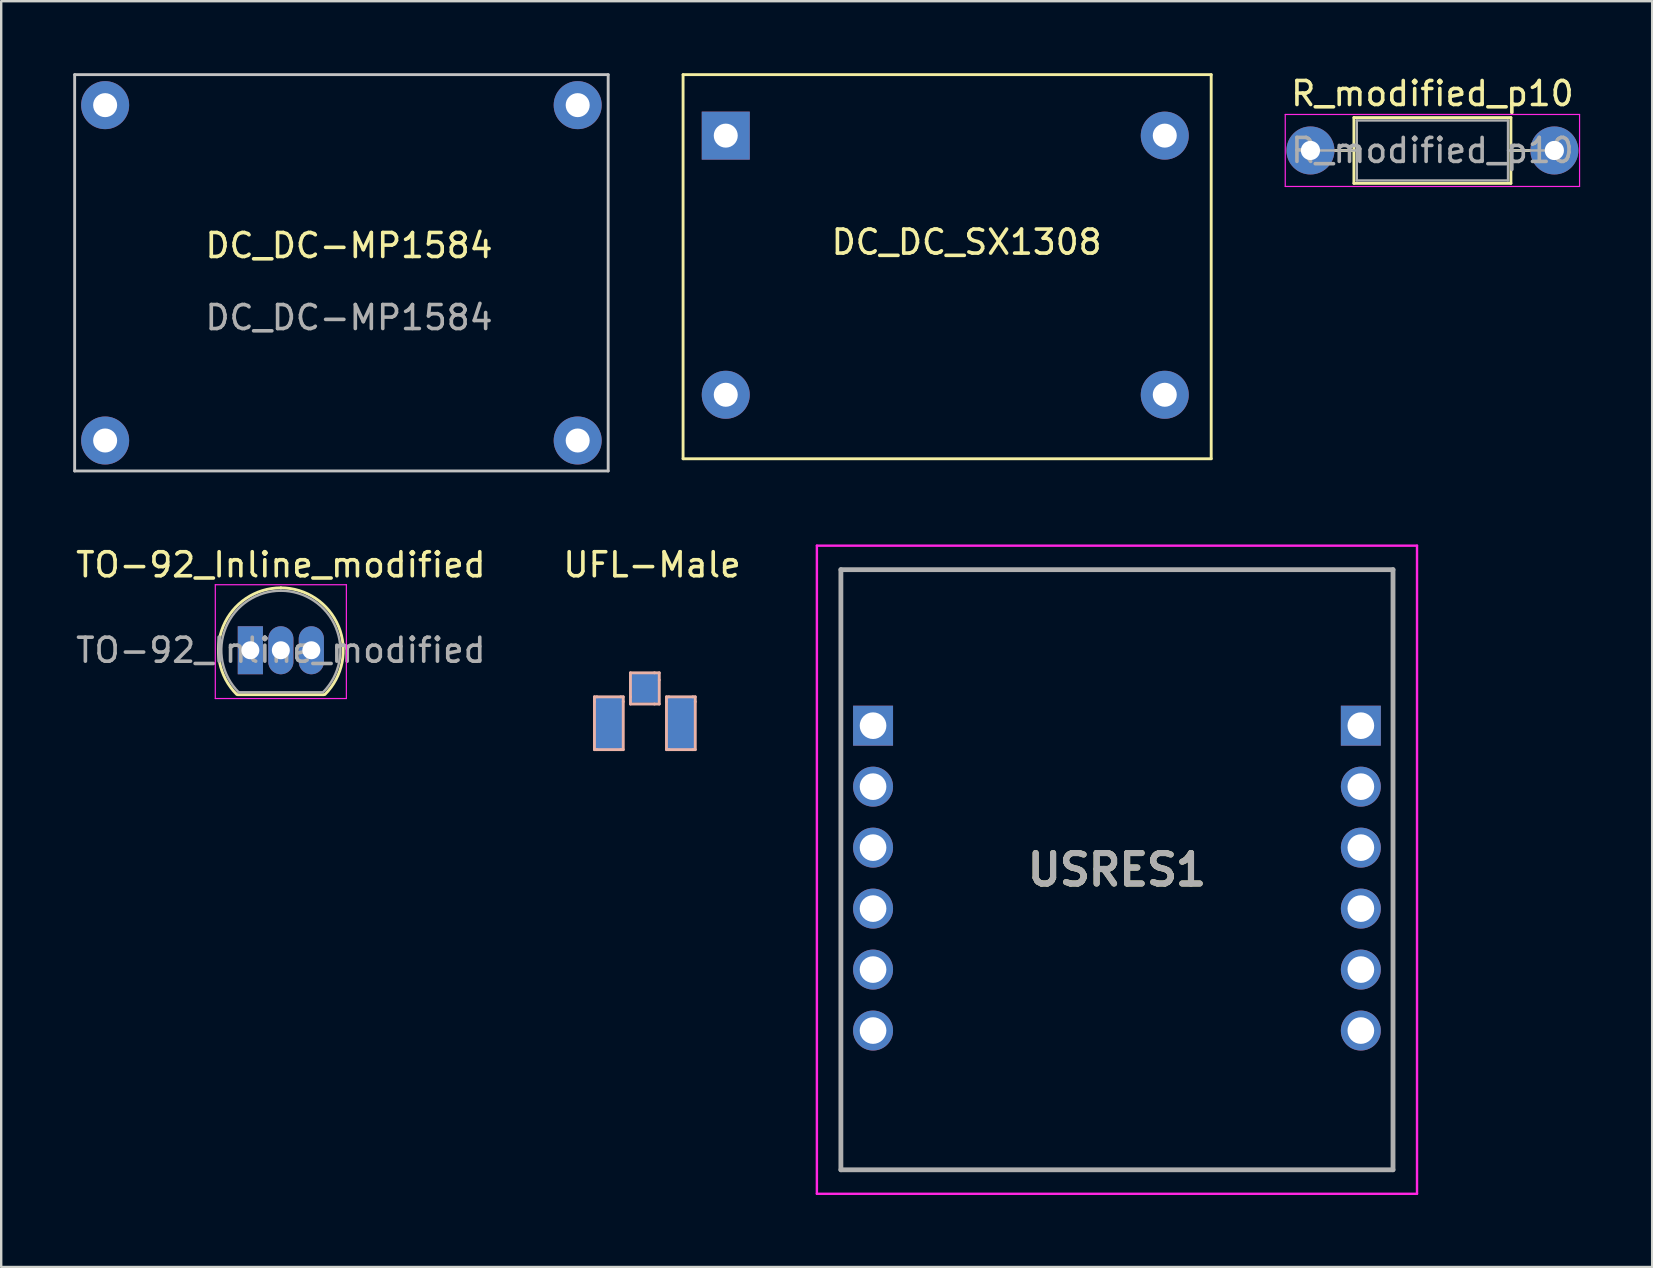
<source format=kicad_pcb>
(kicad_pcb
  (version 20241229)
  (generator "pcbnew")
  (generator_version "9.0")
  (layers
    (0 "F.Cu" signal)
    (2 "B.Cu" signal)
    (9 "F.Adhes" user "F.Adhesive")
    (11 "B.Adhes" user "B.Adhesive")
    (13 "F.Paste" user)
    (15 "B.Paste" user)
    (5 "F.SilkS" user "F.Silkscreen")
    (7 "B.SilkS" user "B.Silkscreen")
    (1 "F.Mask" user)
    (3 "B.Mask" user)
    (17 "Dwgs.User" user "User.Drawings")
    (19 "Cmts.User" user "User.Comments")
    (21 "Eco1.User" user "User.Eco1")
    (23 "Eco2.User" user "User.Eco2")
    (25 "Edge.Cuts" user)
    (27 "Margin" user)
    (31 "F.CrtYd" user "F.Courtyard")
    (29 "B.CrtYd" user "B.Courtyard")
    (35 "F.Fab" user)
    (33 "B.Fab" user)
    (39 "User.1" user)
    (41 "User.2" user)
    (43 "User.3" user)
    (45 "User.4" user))
  (footprint "UFL-Male"
    (layer "F.Cu")
    (at 23.813 26.178)
    (property "Reference" "UFL-Male" (at 0.3 -5.7 0) (layer "F.SilkS") (effects (font (size 1 1) (thickness 0.15))))
    (attr through_hole)
    (fp_line (start -2.1 -0.2) (end -2.1 0) (stroke (width 0.12) (type solid)) (layer "B.SilkS"))
    (fp_line (start -2.1 2) (end -2.1 0) (stroke (width 0.12) (type solid)) (layer "B.SilkS"))
    (fp_line (start -2.1 2) (end -2 2) (stroke (width 0.12) (type solid)) (layer "B.SilkS"))
    (fp_line (start -2 -0.2) (end -2.1 -0.2) (stroke (width 0.12) (type solid)) (layer "B.SilkS"))
    (fp_line (start -2 2) (end -1 2) (stroke (width 0.12) (type solid)) (layer "B.SilkS"))
    (fp_line (start -1 -0.2) (end -2 -0.2) (stroke (width 0.12) (type solid)) (layer "B.SilkS"))
    (fp_line (start -1 -0.2) (end -0.9 -0.2) (stroke (width 0.12) (type solid)) (layer "B.SilkS"))
    (fp_line (start -1 2) (end -0.9 2) (stroke (width 0.12) (type solid)) (layer "B.SilkS"))
    (fp_line (start -0.9 0) (end -0.9 -0.2) (stroke (width 0.12) (type solid)) (layer "B.SilkS"))
    (fp_line (start -0.9 2) (end -0.9 0) (stroke (width 0.12) (type solid)) (layer "B.SilkS"))
    (fp_line (start -0.6 -1.2) (end -0.6 -0.2) (stroke (width 0.12) (type solid)) (layer "B.SilkS"))
    (fp_line (start -0.6 -0.2) (end -0.6 0.1) (stroke (width 0.12) (type solid)) (layer "B.SilkS"))
    (fp_line (start -0.6 0.1) (end 0.4 0.1) (stroke (width 0.12) (type solid)) (layer "B.SilkS"))
    (fp_line (start 0.4 -1.2) (end -0.6 -1.2) (stroke (width 0.12) (type solid)) (layer "B.SilkS"))
    (fp_line (start 0.4 -1.2) (end 0.6 -1.2) (stroke (width 0.12) (type solid)) (layer "B.SilkS"))
    (fp_line (start 0.4 0.1) (end 0.6 0.1) (stroke (width 0.12) (type solid)) (layer "B.SilkS"))
    (fp_line (start 0.6 -0.9) (end 0.6 -1.2) (stroke (width 0.12) (type solid)) (layer "B.SilkS"))
    (fp_line (start 0.6 0.1) (end 0.6 -0.9) (stroke (width 0.12) (type solid)) (layer "B.SilkS"))
    (fp_line (start 0.9 -0.2) (end 0.9 0) (stroke (width 0.12) (type solid)) (layer "B.SilkS"))
    (fp_line (start 0.9 2) (end 0.9 0) (stroke (width 0.12) (type solid)) (layer "B.SilkS"))
    (fp_line (start 1 -0.2) (end 0.9 -0.2) (stroke (width 0.12) (type solid)) (layer "B.SilkS"))
    (fp_line (start 1 2) (end 0.9 2) (stroke (width 0.12) (type solid)) (layer "B.SilkS"))
    (fp_line (start 2 -0.2) (end 1 -0.2) (stroke (width 0.12) (type solid)) (layer "B.SilkS"))
    (fp_line (start 2 -0.2) (end 2.1 -0.2) (stroke (width 0.12) (type solid)) (layer "B.SilkS"))
    (fp_line (start 2 2) (end 1 2) (stroke (width 0.12) (type solid)) (layer "B.SilkS"))
    (fp_line (start 2 2) (end 2.1 2) (stroke (width 0.12) (type solid)) (layer "B.SilkS"))
    (fp_line (start 2.1 0) (end 2.1 -0.2) (stroke (width 0.12) (type solid)) (layer "B.SilkS"))
    (fp_line (start 2.1 0) (end 2.1 2) (stroke (width 0.12) (type solid)) (layer "B.SilkS"))
    (pad "1" smd rect (at 0 -0.55) (size 1.2 1.2) (layers "B.Cu" "B.Mask" "B.Paste"))
    (pad "2" smd rect (at 1.5 0.9) (size 1.2 2.2) (layers "B.Cu" "B.Mask" "B.Paste"))
    (pad "3" smd rect (at -1.5 0.9) (size 1.2 2.2) (layers "B.Cu" "B.Mask" "B.Paste")))
  (footprint "R_modified_p10"
    (layer "F.Cu")
    (at 51.54 3.218)
    (property "Reference" "R_modified_p10" (at 5.08 -2.37 0) (layer "F.SilkS") (effects (font (size 1 1) (thickness 0.15))))
    (attr through_hole)
    (fp_line (start 1.04 0) (end 1.81 0) (stroke (width 0.12) (type solid)) (layer "F.SilkS"))
    (fp_line (start 1.81 -1.37) (end 1.81 1.37) (stroke (width 0.12) (type solid)) (layer "F.SilkS"))
    (fp_line (start 1.81 1.37) (end 8.35 1.37) (stroke (width 0.12) (type solid)) (layer "F.SilkS"))
    (fp_line (start 8.35 -1.37) (end 1.81 -1.37) (stroke (width 0.12) (type solid)) (layer "F.SilkS"))
    (fp_line (start 8.35 1.37) (end 8.35 -1.37) (stroke (width 0.12) (type solid)) (layer "F.SilkS"))
    (fp_line (start 9.12 0) (end 8.35 0) (stroke (width 0.12) (type solid)) (layer "F.SilkS"))
    (fp_line (start -1.05 -1.5) (end -1.05 1.5) (stroke (width 0.05) (type solid)) (layer "F.CrtYd"))
    (fp_line (start -1.05 1.5) (end 11.21 1.5) (stroke (width 0.05) (type solid)) (layer "F.CrtYd"))
    (fp_line (start 11.21 -1.5) (end -1.05 -1.5) (stroke (width 0.05) (type solid)) (layer "F.CrtYd"))
    (fp_line (start 11.21 1.5) (end 11.21 -1.5) (stroke (width 0.05) (type solid)) (layer "F.CrtYd"))
    (fp_line (start 0 0) (end 1.93 0) (stroke (width 0.1) (type solid)) (layer "F.Fab"))
    (fp_line (start 1.93 -1.25) (end 1.93 1.25) (stroke (width 0.1) (type solid)) (layer "F.Fab"))
    (fp_line (start 1.93 1.25) (end 8.23 1.25) (stroke (width 0.1) (type solid)) (layer "F.Fab"))
    (fp_line (start 8.23 -1.25) (end 1.93 -1.25) (stroke (width 0.1) (type solid)) (layer "F.Fab"))
    (fp_line (start 8.23 1.25) (end 8.23 -1.25) (stroke (width 0.1) (type solid)) (layer "F.Fab"))
    (fp_line (start 10.16 0) (end 8.23 0) (stroke (width 0.1) (type solid)) (layer "F.Fab"))
    (fp_text user "${REFERENCE}" (at 5.08 0 0) (layer "F.Fab") (effects (font (size 1 1) (thickness 0.15))))
    (pad "1" thru_hole circle (at 0 0) (size 2 2) (drill 0.8) (layers "*.Cu" "*.Mask"))
    (pad "2" thru_hole circle (at 10.16 0) (size 2 2) (drill 0.8) (layers "*.Cu" "*.Mask")))
  (footprint "USRES1"
    (layer "F.Cu")
    (at 33.319 27.18)
    (property "Reference" "USRES1" (at 10.16 6 0) (layer "F.SilkS") (effects (font (size 1.27 1.27) (thickness 0.254))))
    (attr through_hole)
    (fp_line (start -1.34 -6.5) (end 21.66 -6.5) (stroke (width 0.1) (type solid)) (layer "F.SilkS"))
    (fp_line (start -1.34 18.5) (end -1.34 -6.5) (stroke (width 0.1) (type solid)) (layer "F.SilkS"))
    (fp_line (start 21.66 -6.5) (end 21.66 18.5) (stroke (width 0.1) (type solid)) (layer "F.SilkS"))
    (fp_line (start 21.66 18.5) (end -1.34 18.5) (stroke (width 0.1) (type solid)) (layer "F.SilkS"))
    (fp_line (start -2.34 -7.5) (end 22.66 -7.5) (stroke (width 0.1) (type solid)) (layer "F.CrtYd"))
    (fp_line (start -2.34 19.5) (end -2.34 -7.5) (stroke (width 0.1) (type solid)) (layer "F.CrtYd"))
    (fp_line (start 22.66 -7.5) (end 22.66 19.5) (stroke (width 0.1) (type solid)) (layer "F.CrtYd"))
    (fp_line (start 22.66 19.5) (end -2.34 19.5) (stroke (width 0.1) (type solid)) (layer "F.CrtYd"))
    (fp_line (start -1.34 -6.5) (end 21.66 -6.5) (stroke (width 0.2) (type solid)) (layer "F.Fab"))
    (fp_line (start -1.34 18.5) (end -1.34 -6.5) (stroke (width 0.2) (type solid)) (layer "F.Fab"))
    (fp_line (start 21.66 -6.5) (end 21.66 18.5) (stroke (width 0.2) (type solid)) (layer "F.Fab"))
    (fp_line (start 21.66 18.5) (end -1.34 18.5) (stroke (width 0.2) (type solid)) (layer "F.Fab"))
    (fp_text user "${REFERENCE}" (at 10.16 6 0) (layer "F.Fab") (effects (font (size 1.27 1.27) (thickness 0.254))))
    (pad "A1" thru_hole rect (at 0 0) (size 1.665 1.665) (drill 1.11) (layers "*.Cu" "*.Mask"))
    (pad "A2" thru_hole circle (at 0 2.54) (size 1.665 1.665) (drill 1.11) (layers "*.Cu" "*.Mask"))
    (pad "A3" thru_hole circle (at 0 5.08) (size 1.665 1.665) (drill 1.11) (layers "*.Cu" "*.Mask"))
    (pad "A4" thru_hole circle (at 0 7.62) (size 1.665 1.665) (drill 1.11) (layers "*.Cu" "*.Mask"))
    (pad "A5" thru_hole circle (at 0 10.16) (size 1.665 1.665) (drill 1.11) (layers "*.Cu" "*.Mask"))
    (pad "A6" thru_hole circle (at 0 12.7) (size 1.665 1.665) (drill 1.11) (layers "*.Cu" "*.Mask"))
    (pad "B1" thru_hole rect (at 20.32 0) (size 1.665 1.665) (drill 1.11) (layers "*.Cu" "*.Mask"))
    (pad "B2" thru_hole circle (at 20.32 2.54) (size 1.665 1.665) (drill 1.11) (layers "*.Cu" "*.Mask"))
    (pad "B3" thru_hole circle (at 20.32 5.08) (size 1.665 1.665) (drill 1.11) (layers "*.Cu" "*.Mask"))
    (pad "B4" thru_hole circle (at 20.32 7.62) (size 1.665 1.665) (drill 1.11) (layers "*.Cu" "*.Mask"))
    (pad "B5" thru_hole circle (at 20.32 10.16) (size 1.665 1.665) (drill 1.11) (layers "*.Cu" "*.Mask"))
    (pad "B6" thru_hole circle (at 20.32 12.7) (size 1.665 1.665) (drill 1.11) (layers "*.Cu" "*.Mask")))
  (footprint "DC_DC_SX1308"
    (layer "F.Cu")
    (at 36.708 7.426)
    (property "Reference" "DC_DC_SX1308" (at 0.508 -0.389 0) (layer "F.SilkS") (effects (font (size 1 1) (thickness 0.15))))
    (attr through_hole)
    (fp_line (start -11.303 -7.366) (end -11.303 8.634) (stroke (width 0.12) (type solid)) (layer "F.SilkS"))
    (fp_line (start -11.303 -7.366) (end 10.697 -7.366) (stroke (width 0.12) (type solid)) (layer "F.SilkS"))
    (fp_line (start -11.303 8.634) (end 10.697 8.634) (stroke (width 0.12) (type solid)) (layer "F.SilkS"))
    (fp_line (start 10.697 -7.366) (end 10.697 8.634) (stroke (width 0.12) (type solid)) (layer "F.SilkS"))
    (pad "1" thru_hole rect (at -9.525 -4.826) (size 2 2) (drill 1) (layers "*.Cu" "*.Mask"))
    (pad "2" thru_hole circle (at -9.525 5.969) (size 2 2) (drill 1) (layers "*.Cu" "*.Mask"))
    (pad "3" thru_hole circle (at 8.763 -4.826) (size 2 2) (drill 1) (layers "*.Cu" "*.Mask"))
    (pad "4" thru_hole circle (at 8.763 5.969) (size 2 2) (drill 1) (layers "*.Cu" "*.Mask")))
  (footprint "TO-92_Inline_modified"
    (layer "F.Cu")
    (at 7.379 24.038)
    (property "Reference" "TO-92_Inline_modified" (at 1.27 -3.56 0) (layer "F.SilkS") (effects (font (size 1 1) (thickness 0.15))))
    (attr through_hole)
    (fp_line (start -0.53 1.85) (end 3.07 1.85) (stroke (width 0.12) (type solid)) (layer "F.SilkS"))
    (fp_arc (start -0.568478 1.838478) (mid -1.132087 -0.994977) (end 1.27 -2.6) (stroke (width 0.12) (type solid)) (layer "F.SilkS"))
    (fp_arc (start 1.27 -2.6) (mid 3.672087 -0.994977) (end 3.108478 1.838478) (stroke (width 0.12) (type solid)) (layer "F.SilkS"))
    (fp_line (start -1.46 -2.73) (end -1.46 2.01) (stroke (width 0.05) (type solid)) (layer "F.CrtYd"))
    (fp_line (start -1.46 -2.73) (end 4 -2.73) (stroke (width 0.05) (type solid)) (layer "F.CrtYd"))
    (fp_line (start 4 2.01) (end -1.46 2.01) (stroke (width 0.05) (type solid)) (layer "F.CrtYd"))
    (fp_line (start 4 2.01) (end 4 -2.73) (stroke (width 0.05) (type solid)) (layer "F.CrtYd"))
    (fp_line (start -0.5 1.75) (end 3 1.75) (stroke (width 0.1) (type solid)) (layer "F.Fab"))
    (fp_arc (start -0.483625 1.753625) (mid -1.021221 -0.949055) (end 1.27 -2.48) (stroke (width 0.1) (type solid)) (layer "F.Fab"))
    (fp_arc (start 1.27 -2.48) (mid 3.561221 -0.949055) (end 3.023625 1.753625) (stroke (width 0.1) (type solid)) (layer "F.Fab"))
    (fp_text user "${REFERENCE}" (at 1.27 0 0) (layer "F.Fab") (effects (font (size 1 1) (thickness 0.15))))
    (pad "1" thru_hole rect (at 0 0) (size 1.05 2) (drill 0.75) (layers "*.Cu" "*.Mask"))
    (pad "2" thru_hole oval (at 1.27 0) (size 1.05 2) (drill 0.75) (layers "*.Cu" "*.Mask"))
    (pad "3" thru_hole oval (at 2.54 0) (size 1.05 2) (drill 0.75) (layers "*.Cu" "*.Mask")))
  (footprint "DC_DC-MP1584"
    (layer "F.Cu")
    (at 11.49 8.315)
    (property "Reference" "DC_DC-MP1584" (at 0 -1.135 0) (unlocked yes) (layer "F.SilkS") (effects (font (size 1 1) (thickness 0.15))))
    (attr through_hole)
    (fp_line (start -11.43 -8.255) (end -11.43 8.255) (stroke (width 0.12) (type solid)) (layer "Dwgs.User"))
    (fp_line (start -11.43 8.255) (end 10.795 8.255) (stroke (width 0.12) (type solid)) (layer "Dwgs.User"))
    (fp_line (start 10.795 -8.255) (end -11.43 -8.255) (stroke (width 0.12) (type solid)) (layer "Dwgs.User"))
    (fp_line (start 10.795 8.255) (end 10.795 -8.255) (stroke (width 0.12) (type solid)) (layer "Dwgs.User"))
    (fp_text user "${REFERENCE}" (at 0 1.865 0) (unlocked yes) (layer "F.Fab") (effects (font (size 1 1) (thickness 0.15))))
    (pad "1" thru_hole circle (at -10.16 -6.985) (size 2 2) (drill 1) (layers "*.Cu" "*.Mask"))
    (pad "2" thru_hole circle (at -10.16 6.985) (size 2 2) (drill 1) (layers "*.Cu" "*.Mask"))
    (pad "3" thru_hole circle (at 9.525 -6.985) (size 2 2) (drill 1) (layers "*.Cu" "*.Mask"))
    (pad "4" thru_hole circle (at 9.525 6.985) (size 2 2) (drill 1) (layers "*.Cu" "*.Mask")))
  (gr_rect
    (start -3 -3)
    (end 65.775 49.73)
    (stroke (width 0.1) (type default))
    (fill no)
    (layer "Edge.Cuts")))
</source>
